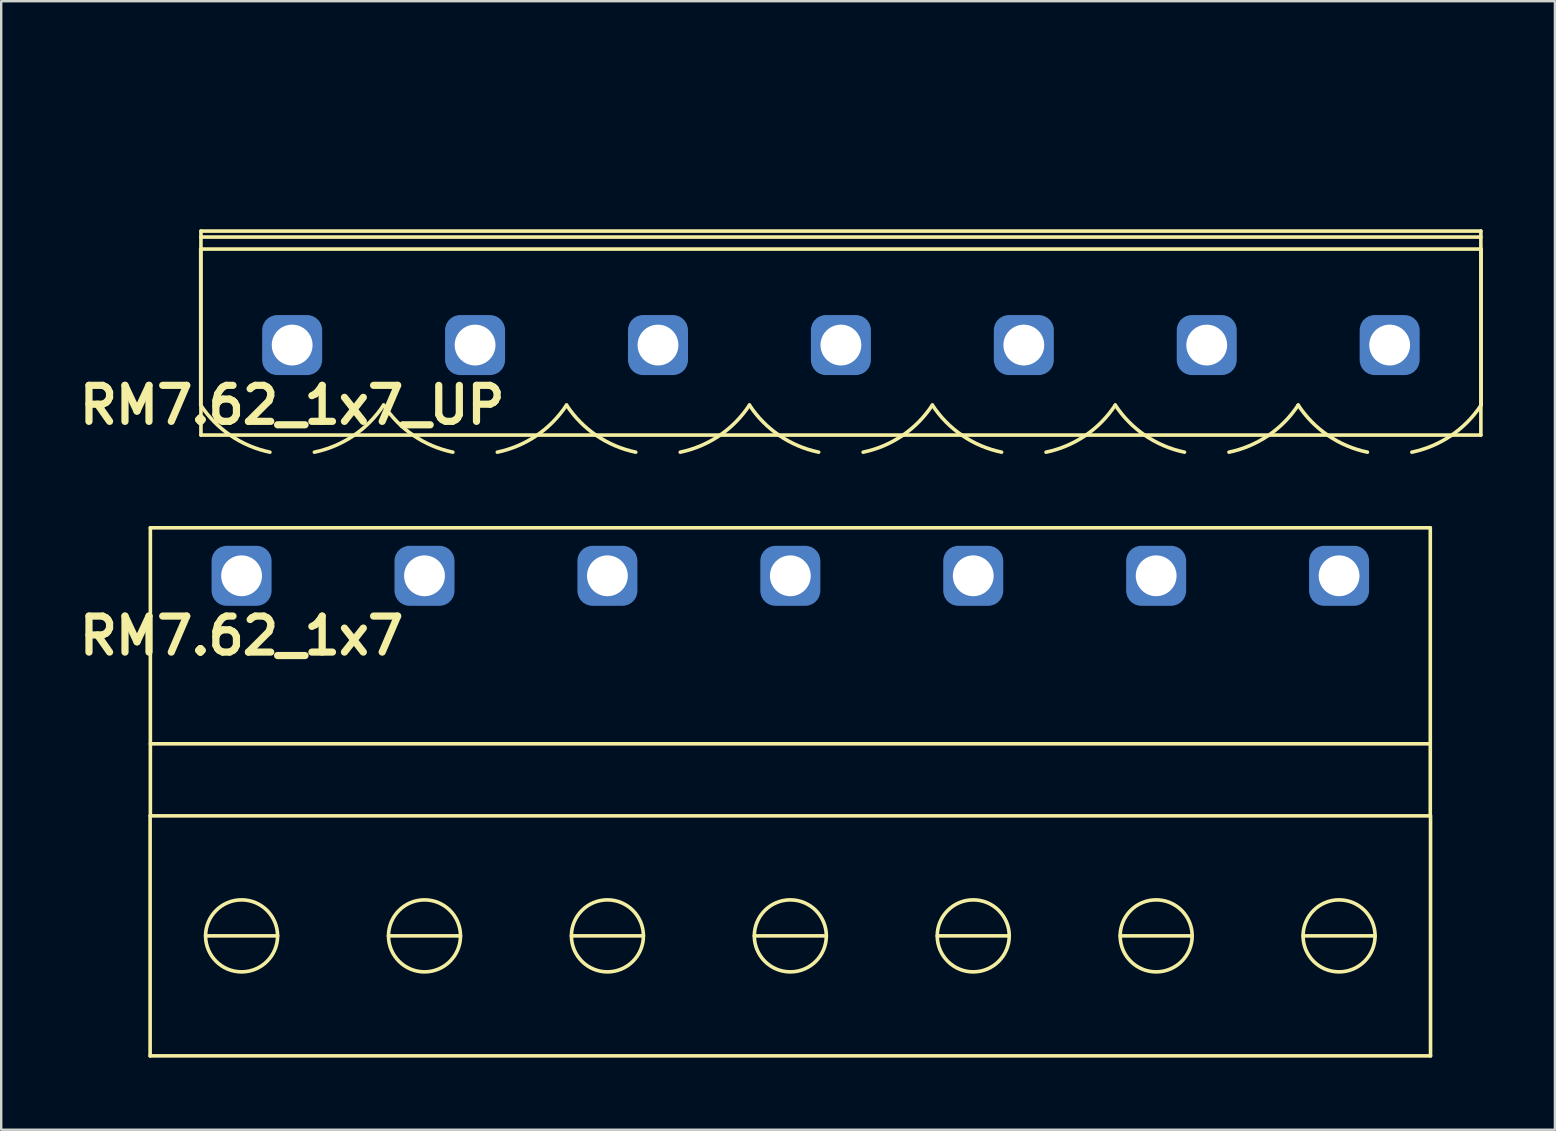
<source format=kicad_pcb>
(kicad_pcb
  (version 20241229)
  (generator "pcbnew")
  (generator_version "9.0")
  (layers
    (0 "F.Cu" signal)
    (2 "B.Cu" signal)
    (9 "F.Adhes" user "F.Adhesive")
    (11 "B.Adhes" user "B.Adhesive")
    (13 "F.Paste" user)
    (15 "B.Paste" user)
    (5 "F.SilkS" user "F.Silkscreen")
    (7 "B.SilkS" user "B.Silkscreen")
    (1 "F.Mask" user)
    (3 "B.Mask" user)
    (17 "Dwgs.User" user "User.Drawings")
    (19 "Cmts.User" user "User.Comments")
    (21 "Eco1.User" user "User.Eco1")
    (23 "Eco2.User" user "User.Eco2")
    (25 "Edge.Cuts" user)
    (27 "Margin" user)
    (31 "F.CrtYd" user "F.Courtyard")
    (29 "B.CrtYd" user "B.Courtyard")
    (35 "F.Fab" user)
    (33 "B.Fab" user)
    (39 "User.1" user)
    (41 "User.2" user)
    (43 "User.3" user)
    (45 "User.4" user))
  (footprint "RM7.62_1x7_UP"
    (layer "F.Cu")
    (at 9.121 11.325)
    (property "Reference" "RM7.62_1x7_UP" (at 0 2.5 0) (layer "F.SilkS") (effects (font (size 1.5 1.5) (thickness 0.3))))
    (attr through_hole)
    (fp_line (start -3.81 -4) (end -3.81 2.5) (stroke (width 0.15) (type solid)) (layer "F.SilkS"))
    (fp_line (start -3.81 -4) (end 49.53 -4) (stroke (width 0.15) (type solid)) (layer "F.SilkS"))
    (fp_line (start -3.8 -4.75) (end -3.8 3.75) (stroke (width 0.15) (type solid)) (layer "F.SilkS"))
    (fp_line (start -3.8 -4.5) (end 49.52 -4.5) (stroke (width 0.15) (type solid)) (layer "F.SilkS"))
    (fp_line (start -3.8 3.75) (end 49.52 3.75) (stroke (width 0.15) (type solid)) (layer "F.SilkS"))
    (fp_line (start 49.52 -4.75) (end -3.8 -4.75) (stroke (width 0.15) (type solid)) (layer "F.SilkS"))
    (fp_line (start 49.52 3.75) (end 49.52 -4.75) (stroke (width 0.15) (type solid)) (layer "F.SilkS"))
    (fp_line (start 49.53 -4) (end 49.53 2.5) (stroke (width 0.15) (type solid)) (layer "F.SilkS"))
    (fp_arc (start -0.92631 4.461844) (mid -2.563273 3.767723) (end -3.81 2.5) (stroke (width 0.15) (type solid)) (layer "F.SilkS"))
    (fp_arc (start 3.81 2.5) (mid 2.563272 3.767723) (end 0.92631 4.461844) (stroke (width 0.15) (type solid)) (layer "F.SilkS"))
    (fp_arc (start 6.69369 4.461844) (mid 5.056727 3.767723) (end 3.81 2.5) (stroke (width 0.15) (type solid)) (layer "F.SilkS"))
    (fp_arc (start 11.43 2.5) (mid 10.183272 3.767723) (end 8.54631 4.461844) (stroke (width 0.15) (type solid)) (layer "F.SilkS"))
    (fp_arc (start 14.31369 4.461844) (mid 12.676727 3.767723) (end 11.43 2.5) (stroke (width 0.15) (type solid)) (layer "F.SilkS"))
    (fp_arc (start 19.05 2.5) (mid 17.803272 3.767723) (end 16.16631 4.461844) (stroke (width 0.15) (type solid)) (layer "F.SilkS"))
    (fp_arc (start 21.93369 4.461844) (mid 20.296727 3.767723) (end 19.05 2.5) (stroke (width 0.15) (type solid)) (layer "F.SilkS"))
    (fp_arc (start 26.67 2.5) (mid 25.423272 3.767723) (end 23.78631 4.461844) (stroke (width 0.15) (type solid)) (layer "F.SilkS"))
    (fp_arc (start 29.55369 4.461844) (mid 27.916727 3.767723) (end 26.67 2.5) (stroke (width 0.15) (type solid)) (layer "F.SilkS"))
    (fp_arc (start 34.29 2.5) (mid 33.043272 3.767723) (end 31.40631 4.461844) (stroke (width 0.15) (type solid)) (layer "F.SilkS"))
    (fp_arc (start 37.17369 4.461844) (mid 35.536727 3.767723) (end 34.29 2.5) (stroke (width 0.15) (type solid)) (layer "F.SilkS"))
    (fp_arc (start 41.91 2.5) (mid 40.663272 3.767723) (end 39.02631 4.461844) (stroke (width 0.15) (type solid)) (layer "F.SilkS"))
    (fp_arc (start 44.79369 4.461844) (mid 43.156727 3.767723) (end 41.91 2.5) (stroke (width 0.15) (type solid)) (layer "F.SilkS"))
    (fp_arc (start 49.53 2.5) (mid 48.283272 3.767723) (end 46.64631 4.461844) (stroke (width 0.15) (type solid)) (layer "F.SilkS"))
    (fp_line (start -3.81 -11.25) (end -3.81 3.75) (stroke (width 0.15) (type solid)) (layer "Margin"))
    (fp_line (start -3.81 3.75) (end 49.53 3.75) (stroke (width 0.15) (type solid)) (layer "Margin"))
    (fp_line (start -1.25 -1.25) (end -1.25 1) (stroke (width 0.15) (type solid)) (layer "Margin"))
    (fp_line (start -1.25 1) (end 1.25 1) (stroke (width 0.15) (type solid)) (layer "Margin"))
    (fp_line (start 1.25 -1.25) (end -1.25 -1.25) (stroke (width 0.15) (type solid)) (layer "Margin"))
    (fp_line (start 1.25 1) (end 1.25 -1.25) (stroke (width 0.15) (type solid)) (layer "Margin"))
    (fp_line (start 6.37 -1.25) (end 6.37 1) (stroke (width 0.15) (type solid)) (layer "Margin"))
    (fp_line (start 6.37 1) (end 8.87 1) (stroke (width 0.15) (type solid)) (layer "Margin"))
    (fp_line (start 8.87 -1.25) (end 6.37 -1.25) (stroke (width 0.15) (type solid)) (layer "Margin"))
    (fp_line (start 8.87 1) (end 8.87 -1.25) (stroke (width 0.15) (type solid)) (layer "Margin"))
    (fp_line (start 13.99 -1.25) (end 13.99 1) (stroke (width 0.15) (type solid)) (layer "Margin"))
    (fp_line (start 13.99 1) (end 16.49 1) (stroke (width 0.15) (type solid)) (layer "Margin"))
    (fp_line (start 16.49 -1.25) (end 13.99 -1.25) (stroke (width 0.15) (type solid)) (layer "Margin"))
    (fp_line (start 16.49 1) (end 16.49 -1.25) (stroke (width 0.15) (type solid)) (layer "Margin"))
    (fp_line (start 21.61 -1.25) (end 21.61 1) (stroke (width 0.15) (type solid)) (layer "Margin"))
    (fp_line (start 21.61 1) (end 24.11 1) (stroke (width 0.15) (type solid)) (layer "Margin"))
    (fp_line (start 24.11 -1.25) (end 21.61 -1.25) (stroke (width 0.15) (type solid)) (layer "Margin"))
    (fp_line (start 24.11 1) (end 24.11 -1.25) (stroke (width 0.15) (type solid)) (layer "Margin"))
    (fp_line (start 29.23 -1.25) (end 29.23 1) (stroke (width 0.15) (type solid)) (layer "Margin"))
    (fp_line (start 29.23 1) (end 31.73 1) (stroke (width 0.15) (type solid)) (layer "Margin"))
    (fp_line (start 31.73 -1.25) (end 29.23 -1.25) (stroke (width 0.15) (type solid)) (layer "Margin"))
    (fp_line (start 31.73 1) (end 31.73 -1.25) (stroke (width 0.15) (type solid)) (layer "Margin"))
    (fp_line (start 36.85 -1.25) (end 36.85 1) (stroke (width 0.15) (type solid)) (layer "Margin"))
    (fp_line (start 36.85 1) (end 39.35 1) (stroke (width 0.15) (type solid)) (layer "Margin"))
    (fp_line (start 39.35 -1.25) (end 36.85 -1.25) (stroke (width 0.15) (type solid)) (layer "Margin"))
    (fp_line (start 39.35 1) (end 39.35 -1.25) (stroke (width 0.15) (type solid)) (layer "Margin"))
    (fp_line (start 44.47 -1.25) (end 44.47 1) (stroke (width 0.15) (type solid)) (layer "Margin"))
    (fp_line (start 44.47 1) (end 46.97 1) (stroke (width 0.15) (type solid)) (layer "Margin"))
    (fp_line (start 46.97 -1.25) (end 44.47 -1.25) (stroke (width 0.15) (type solid)) (layer "Margin"))
    (fp_line (start 46.97 1) (end 46.97 -1.25) (stroke (width 0.15) (type solid)) (layer "Margin"))
    (fp_line (start 49.53 -11.25) (end -3.81 -11.25) (stroke (width 0.15) (type solid)) (layer "Margin"))
    (fp_line (start 49.53 3.75) (end 49.53 -11.25) (stroke (width 0.15) (type solid)) (layer "Margin"))
    (pad "1" thru_hole circle (at 0 0) (size 2 2) (drill 1.7) (layers "*.Cu" "*.Mask"))
    (pad "1" smd roundrect (at 0 0) (size 2.5 2.5) (layers "B.Cu" "B.Mask") (roundrect_rratio 0.25))
    (pad "2" thru_hole circle (at 7.62 0) (size 2 2) (drill 1.7) (layers "*.Cu" "*.Mask"))
    (pad "2" smd roundrect (at 7.62 0) (size 2.5 2.5) (layers "B.Cu" "B.Mask") (roundrect_rratio 0.25))
    (pad "3" thru_hole circle (at 15.24 0) (size 2 2) (drill 1.7) (layers "*.Cu" "*.Mask"))
    (pad "3" smd roundrect (at 15.24 0) (size 2.5 2.5) (layers "B.Cu" "B.Mask") (roundrect_rratio 0.25))
    (pad "4" thru_hole circle (at 22.86 0) (size 2 2) (drill 1.7) (layers "*.Cu" "*.Mask"))
    (pad "4" smd roundrect (at 22.86 0) (size 2.5 2.5) (layers "B.Cu" "B.Mask") (roundrect_rratio 0.25))
    (pad "5" thru_hole circle (at 30.48 0) (size 2 2) (drill 1.7) (layers "*.Cu" "*.Mask"))
    (pad "5" smd roundrect (at 30.48 0) (size 2.5 2.5) (layers "B.Cu" "B.Mask") (roundrect_rratio 0.25))
    (pad "6" thru_hole circle (at 38.1 0) (size 2 2) (drill 1.7) (layers "*.Cu" "*.Mask"))
    (pad "6" smd roundrect (at 38.1 0) (size 2.5 2.5) (layers "B.Cu" "B.Mask") (roundrect_rratio 0.25))
    (pad "7" thru_hole circle (at 45.72 0) (size 2 2) (drill 1.7) (layers "*.Cu" "*.Mask"))
    (pad "7" smd roundrect (at 45.72 0) (size 2.5 2.5) (layers "B.Cu" "B.Mask") (roundrect_rratio 0.25)))
  (footprint "RM7.62_1x7"
    (layer "F.Cu")
    (at 7.014 20.937)
    (property "Reference" "RM7.62_1x7" (at 0 2.5 0) (layer "F.SilkS") (effects (font (size 1.5 1.5) (thickness 0.3))))
    (attr through_hole)
    (fp_line (start -3.81 20) (end -3.81 10) (stroke (width 0.15) (type solid)) (layer "F.SilkS"))
    (fp_line (start -3.81 20) (end 49.53 20) (stroke (width 0.15) (type solid)) (layer "F.SilkS"))
    (fp_line (start -3.8 -2) (end -3.8 10) (stroke (width 0.15) (type solid)) (layer "F.SilkS"))
    (fp_line (start -3.8 7) (end 49.52 7) (stroke (width 0.15) (type solid)) (layer "F.SilkS"))
    (fp_line (start -3.8 10) (end 49.52 10) (stroke (width 0.15) (type solid)) (layer "F.SilkS"))
    (fp_line (start -1.5 15) (end 1.5 15) (stroke (width 0.15) (type solid)) (layer "F.SilkS"))
    (fp_line (start 6.12 15) (end 9.12 15) (stroke (width 0.15) (type solid)) (layer "F.SilkS"))
    (fp_line (start 13.74 15) (end 16.74 15) (stroke (width 0.15) (type solid)) (layer "F.SilkS"))
    (fp_line (start 21.36 15) (end 24.36 15) (stroke (width 0.15) (type solid)) (layer "F.SilkS"))
    (fp_line (start 28.98 15) (end 31.98 15) (stroke (width 0.15) (type solid)) (layer "F.SilkS"))
    (fp_line (start 36.6 15) (end 39.6 15) (stroke (width 0.15) (type solid)) (layer "F.SilkS"))
    (fp_line (start 44.22 15) (end 47.22 15) (stroke (width 0.15) (type solid)) (layer "F.SilkS"))
    (fp_line (start 49.52 -2) (end -3.8 -2) (stroke (width 0.15) (type solid)) (layer "F.SilkS"))
    (fp_line (start 49.52 10) (end 49.52 -2) (stroke (width 0.15) (type solid)) (layer "F.SilkS"))
    (fp_line (start 49.53 20) (end 49.53 10) (stroke (width 0.15) (type solid)) (layer "F.SilkS"))
    (fp_circle (center 0 15) (end 0 13.5) (stroke (width 0.15) (type solid)) (fill no) (layer "F.SilkS"))
    (fp_circle (center 7.62 15) (end 7.62 13.5) (stroke (width 0.15) (type solid)) (fill no) (layer "F.SilkS"))
    (fp_circle (center 15.24 15) (end 15.24 13.5) (stroke (width 0.15) (type solid)) (fill no) (layer "F.SilkS"))
    (fp_circle (center 22.86 15) (end 22.86 13.5) (stroke (width 0.15) (type solid)) (fill no) (layer "F.SilkS"))
    (fp_circle (center 30.48 15) (end 30.48 13.5) (stroke (width 0.15) (type solid)) (fill no) (layer "F.SilkS"))
    (fp_circle (center 38.1 15) (end 38.1 13.5) (stroke (width 0.15) (type solid)) (fill no) (layer "F.SilkS"))
    (fp_circle (center 45.72 15) (end 45.72 13.5) (stroke (width 0.15) (type solid)) (fill no) (layer "F.SilkS"))
    (pad "1" thru_hole circle (at 0 0) (size 2 2) (drill 1.7) (layers "*.Cu" "*.Mask"))
    (pad "1" smd roundrect (at 0 0) (size 2.5 2.5) (layers "B.Cu" "B.Mask") (roundrect_rratio 0.25))
    (pad "2" thru_hole circle (at 7.62 0) (size 2 2) (drill 1.7) (layers "*.Cu" "*.Mask"))
    (pad "2" smd roundrect (at 7.62 0) (size 2.5 2.5) (layers "B.Cu" "B.Mask") (roundrect_rratio 0.25))
    (pad "3" thru_hole circle (at 15.24 0) (size 2 2) (drill 1.7) (layers "*.Cu" "*.Mask"))
    (pad "3" smd roundrect (at 15.24 0) (size 2.5 2.5) (layers "B.Cu" "B.Mask") (roundrect_rratio 0.25))
    (pad "4" thru_hole circle (at 22.86 0) (size 2 2) (drill 1.7) (layers "*.Cu" "*.Mask"))
    (pad "4" smd roundrect (at 22.86 0) (size 2.5 2.5) (layers "B.Cu" "B.Mask") (roundrect_rratio 0.25))
    (pad "5" thru_hole circle (at 30.48 0) (size 2 2) (drill 1.7) (layers "*.Cu" "*.Mask"))
    (pad "5" smd roundrect (at 30.48 0) (size 2.5 2.5) (layers "B.Cu" "B.Mask") (roundrect_rratio 0.25))
    (pad "6" thru_hole circle (at 38.1 0) (size 2 2) (drill 1.7) (layers "*.Cu" "*.Mask"))
    (pad "6" smd roundrect (at 38.1 0) (size 2.5 2.5) (layers "B.Cu" "B.Mask") (roundrect_rratio 0.25))
    (pad "7" thru_hole circle (at 45.72 0) (size 2 2) (drill 1.7) (layers "*.Cu" "*.Mask"))
    (pad "7" smd roundrect (at 45.72 0) (size 2.5 2.5) (layers "B.Cu" "B.Mask") (roundrect_rratio 0.25)))
  (gr_rect
    (start -3 -3)
    (end 61.726 44.012)
    (stroke (width 0.1) (type default))
    (fill no)
    (layer "Edge.Cuts")))
</source>
